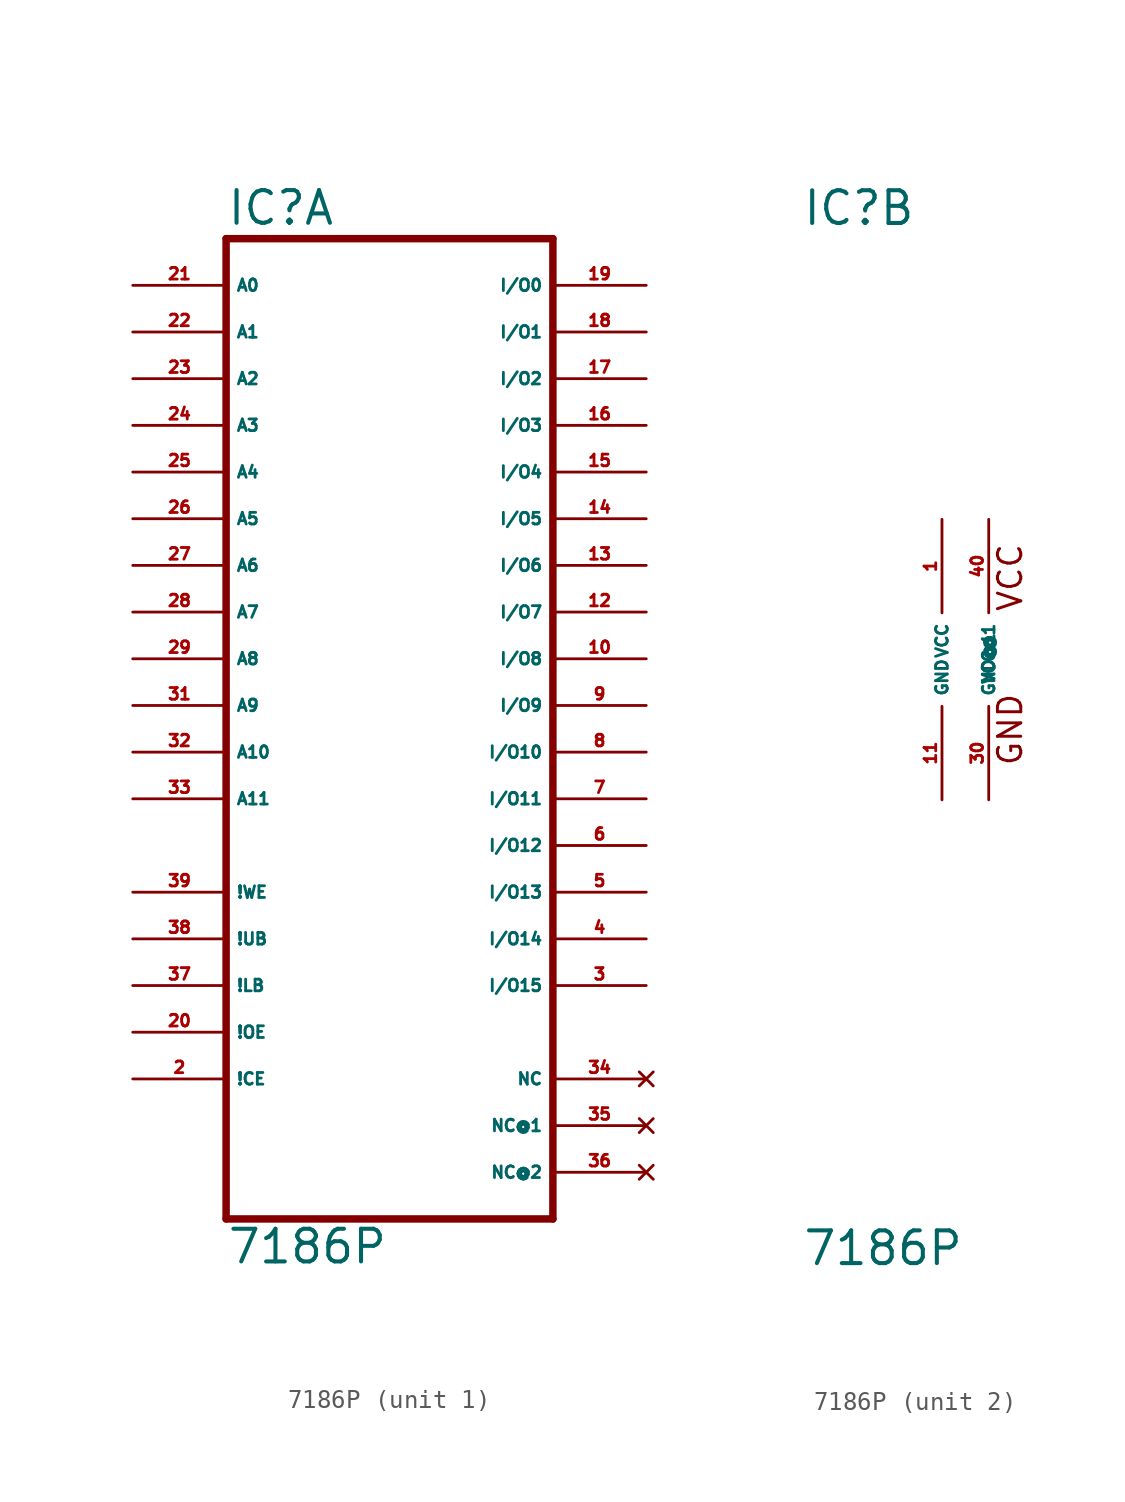
<source format=kicad_sym>
(kicad_symbol_lib
  (version 20220914)
  (generator Eagle2Kicad)
  (symbol "7186P"
    (property "Reference" "IC"
      (at -7.62 23.495 0)
      (effects (font (size 1.778 1.778) (thickness 0.22)) (justify left bottom)))
    (property "Value" "7186P"
      (at -7.62 -33.02 0)
      (effects (font (size 1.778 1.778) (thickness 0.22)) (justify left bottom)))
    (symbol "7186P_1_0"
      (polyline (pts (xy -7.62 -30.48) (xy 10.16 -30.48)) (stroke (width 0.406) (type default)) (fill (type none)))
      (polyline (pts (xy 10.16 -30.48) (xy 10.16 22.86)) (stroke (width 0.406) (type default)) (fill (type none)))
      (polyline (pts (xy 10.16 22.86) (xy -7.62 22.86)) (stroke (width 0.406) (type default)) (fill (type none)))
      (polyline (pts (xy -7.62 22.86) (xy -7.62 -30.48)) (stroke (width 0.406) (type default)) (fill (type none)))
      (pin input line (at -12.7 20.32 0) (length 5.08) (name "A0" (effects (font (size 0.635 0.635) (thickness 0.08)) (justify left bottom))) (number "21" (effects (font (size 0.635 0.635) (thickness 0.08)) (justify left bottom))))
      (pin input line (at -12.7 17.78 0) (length 5.08) (name "A1" (effects (font (size 0.635 0.635) (thickness 0.08)) (justify left bottom))) (number "22" (effects (font (size 0.635 0.635) (thickness 0.08)) (justify left bottom))))
      (pin input line (at -12.7 15.24 0) (length 5.08) (name "A2" (effects (font (size 0.635 0.635) (thickness 0.08)) (justify left bottom))) (number "23" (effects (font (size 0.635 0.635) (thickness 0.08)) (justify left bottom))))
      (pin input line (at -12.7 12.7 0) (length 5.08) (name "A3" (effects (font (size 0.635 0.635) (thickness 0.08)) (justify left bottom))) (number "24" (effects (font (size 0.635 0.635) (thickness 0.08)) (justify left bottom))))
      (pin input line (at -12.7 10.16 0) (length 5.08) (name "A4" (effects (font (size 0.635 0.635) (thickness 0.08)) (justify left bottom))) (number "25" (effects (font (size 0.635 0.635) (thickness 0.08)) (justify left bottom))))
      (pin input line (at -12.7 7.62 0) (length 5.08) (name "A5" (effects (font (size 0.635 0.635) (thickness 0.08)) (justify left bottom))) (number "26" (effects (font (size 0.635 0.635) (thickness 0.08)) (justify left bottom))))
      (pin input line (at -12.7 5.08 0) (length 5.08) (name "A6" (effects (font (size 0.635 0.635) (thickness 0.08)) (justify left bottom))) (number "27" (effects (font (size 0.635 0.635) (thickness 0.08)) (justify left bottom))))
      (pin input line (at -12.7 2.54 0) (length 5.08) (name "A7" (effects (font (size 0.635 0.635) (thickness 0.08)) (justify left bottom))) (number "28" (effects (font (size 0.635 0.635) (thickness 0.08)) (justify left bottom))))
      (pin input line (at -12.7 0 0) (length 5.08) (name "A8" (effects (font (size 0.635 0.635) (thickness 0.08)) (justify left bottom))) (number "29" (effects (font (size 0.635 0.635) (thickness 0.08)) (justify left bottom))))
      (pin input line (at -12.7 -2.54 0) (length 5.08) (name "A9" (effects (font (size 0.635 0.635) (thickness 0.08)) (justify left bottom))) (number "31" (effects (font (size 0.635 0.635) (thickness 0.08)) (justify left bottom))))
      (pin input line (at -12.7 -5.08 0) (length 5.08) (name "A10" (effects (font (size 0.635 0.635) (thickness 0.08)) (justify left bottom))) (number "32" (effects (font (size 0.635 0.635) (thickness 0.08)) (justify left bottom))))
      (pin input line (at -12.7 -7.62 0) (length 5.08) (name "A11" (effects (font (size 0.635 0.635) (thickness 0.08)) (justify left bottom))) (number "33" (effects (font (size 0.635 0.635) (thickness 0.08)) (justify left bottom))))
      (pin input line (at -12.7 -12.7 0) (length 5.08) (name "!WE" (effects (font (size 0.635 0.635) (thickness 0.08)) (justify left bottom))) (number "39" (effects (font (size 0.635 0.635) (thickness 0.08)) (justify left bottom))))
      (pin input line (at -12.7 -15.24 0) (length 5.08) (name "!UB" (effects (font (size 0.635 0.635) (thickness 0.08)) (justify left bottom))) (number "38" (effects (font (size 0.635 0.635) (thickness 0.08)) (justify left bottom))))
      (pin input line (at -12.7 -17.78 0) (length 5.08) (name "!LB" (effects (font (size 0.635 0.635) (thickness 0.08)) (justify left bottom))) (number "37" (effects (font (size 0.635 0.635) (thickness 0.08)) (justify left bottom))))
      (pin input line (at -12.7 -20.32 0) (length 5.08) (name "!OE" (effects (font (size 0.635 0.635) (thickness 0.08)) (justify left bottom))) (number "20" (effects (font (size 0.635 0.635) (thickness 0.08)) (justify left bottom))))
      (pin input line (at -12.7 -22.86 0) (length 5.08) (name "!CE" (effects (font (size 0.635 0.635) (thickness 0.08)) (justify left bottom))) (number "2" (effects (font (size 0.635 0.635) (thickness 0.08)) (justify left bottom))))
      (pin bidirectional line (at 15.24 20.32 180) (length 5.08) (name "I/O0" (effects (font (size 0.635 0.635) (thickness 0.08)) (justify left bottom))) (number "19" (effects (font (size 0.635 0.635) (thickness 0.08)) (justify left bottom))))
      (pin bidirectional line (at 15.24 17.78 180) (length 5.08) (name "I/O1" (effects (font (size 0.635 0.635) (thickness 0.08)) (justify left bottom))) (number "18" (effects (font (size 0.635 0.635) (thickness 0.08)) (justify left bottom))))
      (pin bidirectional line (at 15.24 15.24 180) (length 5.08) (name "I/O2" (effects (font (size 0.635 0.635) (thickness 0.08)) (justify left bottom))) (number "17" (effects (font (size 0.635 0.635) (thickness 0.08)) (justify left bottom))))
      (pin bidirectional line (at 15.24 12.7 180) (length 5.08) (name "I/O3" (effects (font (size 0.635 0.635) (thickness 0.08)) (justify left bottom))) (number "16" (effects (font (size 0.635 0.635) (thickness 0.08)) (justify left bottom))))
      (pin bidirectional line (at 15.24 10.16 180) (length 5.08) (name "I/O4" (effects (font (size 0.635 0.635) (thickness 0.08)) (justify left bottom))) (number "15" (effects (font (size 0.635 0.635) (thickness 0.08)) (justify left bottom))))
      (pin bidirectional line (at 15.24 7.62 180) (length 5.08) (name "I/O5" (effects (font (size 0.635 0.635) (thickness 0.08)) (justify left bottom))) (number "14" (effects (font (size 0.635 0.635) (thickness 0.08)) (justify left bottom))))
      (pin bidirectional line (at 15.24 5.08 180) (length 5.08) (name "I/O6" (effects (font (size 0.635 0.635) (thickness 0.08)) (justify left bottom))) (number "13" (effects (font (size 0.635 0.635) (thickness 0.08)) (justify left bottom))))
      (pin bidirectional line (at 15.24 2.54 180) (length 5.08) (name "I/O7" (effects (font (size 0.635 0.635) (thickness 0.08)) (justify left bottom))) (number "12" (effects (font (size 0.635 0.635) (thickness 0.08)) (justify left bottom))))
      (pin bidirectional line (at 15.24 0 180) (length 5.08) (name "I/O8" (effects (font (size 0.635 0.635) (thickness 0.08)) (justify left bottom))) (number "10" (effects (font (size 0.635 0.635) (thickness 0.08)) (justify left bottom))))
      (pin bidirectional line (at 15.24 -2.54 180) (length 5.08) (name "I/O9" (effects (font (size 0.635 0.635) (thickness 0.08)) (justify left bottom))) (number "9" (effects (font (size 0.635 0.635) (thickness 0.08)) (justify left bottom))))
      (pin bidirectional line (at 15.24 -5.08 180) (length 5.08) (name "I/O10" (effects (font (size 0.635 0.635) (thickness 0.08)) (justify left bottom))) (number "8" (effects (font (size 0.635 0.635) (thickness 0.08)) (justify left bottom))))
      (pin bidirectional line (at 15.24 -7.62 180) (length 5.08) (name "I/O11" (effects (font (size 0.635 0.635) (thickness 0.08)) (justify left bottom))) (number "7" (effects (font (size 0.635 0.635) (thickness 0.08)) (justify left bottom))))
      (pin bidirectional line (at 15.24 -10.16 180) (length 5.08) (name "I/O12" (effects (font (size 0.635 0.635) (thickness 0.08)) (justify left bottom))) (number "6" (effects (font (size 0.635 0.635) (thickness 0.08)) (justify left bottom))))
      (pin bidirectional line (at 15.24 -12.7 180) (length 5.08) (name "I/O13" (effects (font (size 0.635 0.635) (thickness 0.08)) (justify left bottom))) (number "5" (effects (font (size 0.635 0.635) (thickness 0.08)) (justify left bottom))))
      (pin bidirectional line (at 15.24 -15.24 180) (length 5.08) (name "I/O14" (effects (font (size 0.635 0.635) (thickness 0.08)) (justify left bottom))) (number "4" (effects (font (size 0.635 0.635) (thickness 0.08)) (justify left bottom))))
      (pin bidirectional line (at 15.24 -17.78 180) (length 5.08) (name "I/O15" (effects (font (size 0.635 0.635) (thickness 0.08)) (justify left bottom))) (number "3" (effects (font (size 0.635 0.635) (thickness 0.08)) (justify left bottom))))
      (pin no_connect line (at 15.24 -22.86 180) (length 5.08) (name "NC" (effects (font (size 0.635 0.635) (thickness 0.08)) (justify left bottom) hide)) (number "34" (effects (font (size 0.635 0.635) (thickness 0.08)) (justify left bottom) hide)))
      (pin no_connect line (at 15.24 -25.4 180) (length 5.08) (name "NC@1" (effects (font (size 0.635 0.635) (thickness 0.08)) (justify left bottom) hide)) (number "35" (effects (font (size 0.635 0.635) (thickness 0.08)) (justify left bottom) hide)))
      (pin no_connect line (at 15.24 -27.94 180) (length 5.08) (name "NC@2" (effects (font (size 0.635 0.635) (thickness 0.08)) (justify left bottom) hide)) (number "36" (effects (font (size 0.635 0.635) (thickness 0.08)) (justify left bottom) hide))))
    (symbol "7186P_2_0"
      (text "VCC" (at 4.445 2.54 900) (effects (font (size 1.27 1.27) (thickness 0.16)) (justify left bottom)))
      (text "GND" (at 4.445 -5.842 900) (effects (font (size 1.27 1.27) (thickness 0.16)) (justify left bottom)))
      (pin unspecified line (at 0 7.62 270) (length 5.08) (name "VCC" (effects (font (size 0.635 0.635) (thickness 0.08)) (justify left bottom))) (number "1" (effects (font (size 0.635 0.635) (thickness 0.08)) (justify left bottom))))
      (pin unspecified line (at 0 -7.62 90) (length 5.08) (name "GND" (effects (font (size 0.635 0.635) (thickness 0.08)) (justify left bottom))) (number "11" (effects (font (size 0.635 0.635) (thickness 0.08)) (justify left bottom))))
      (pin unspecified line (at 2.54 7.62 270) (length 5.08) (name "VCC@1" (effects (font (size 0.635 0.635) (thickness 0.08)) (justify left bottom))) (number "40" (effects (font (size 0.635 0.635) (thickness 0.08)) (justify left bottom))))
      (pin unspecified line (at 2.54 -7.62 90) (length 5.08) (name "GND@1" (effects (font (size 0.635 0.635) (thickness 0.08)) (justify left bottom))) (number "30" (effects (font (size 0.635 0.635) (thickness 0.08)) (justify left bottom)))))))
</source>
